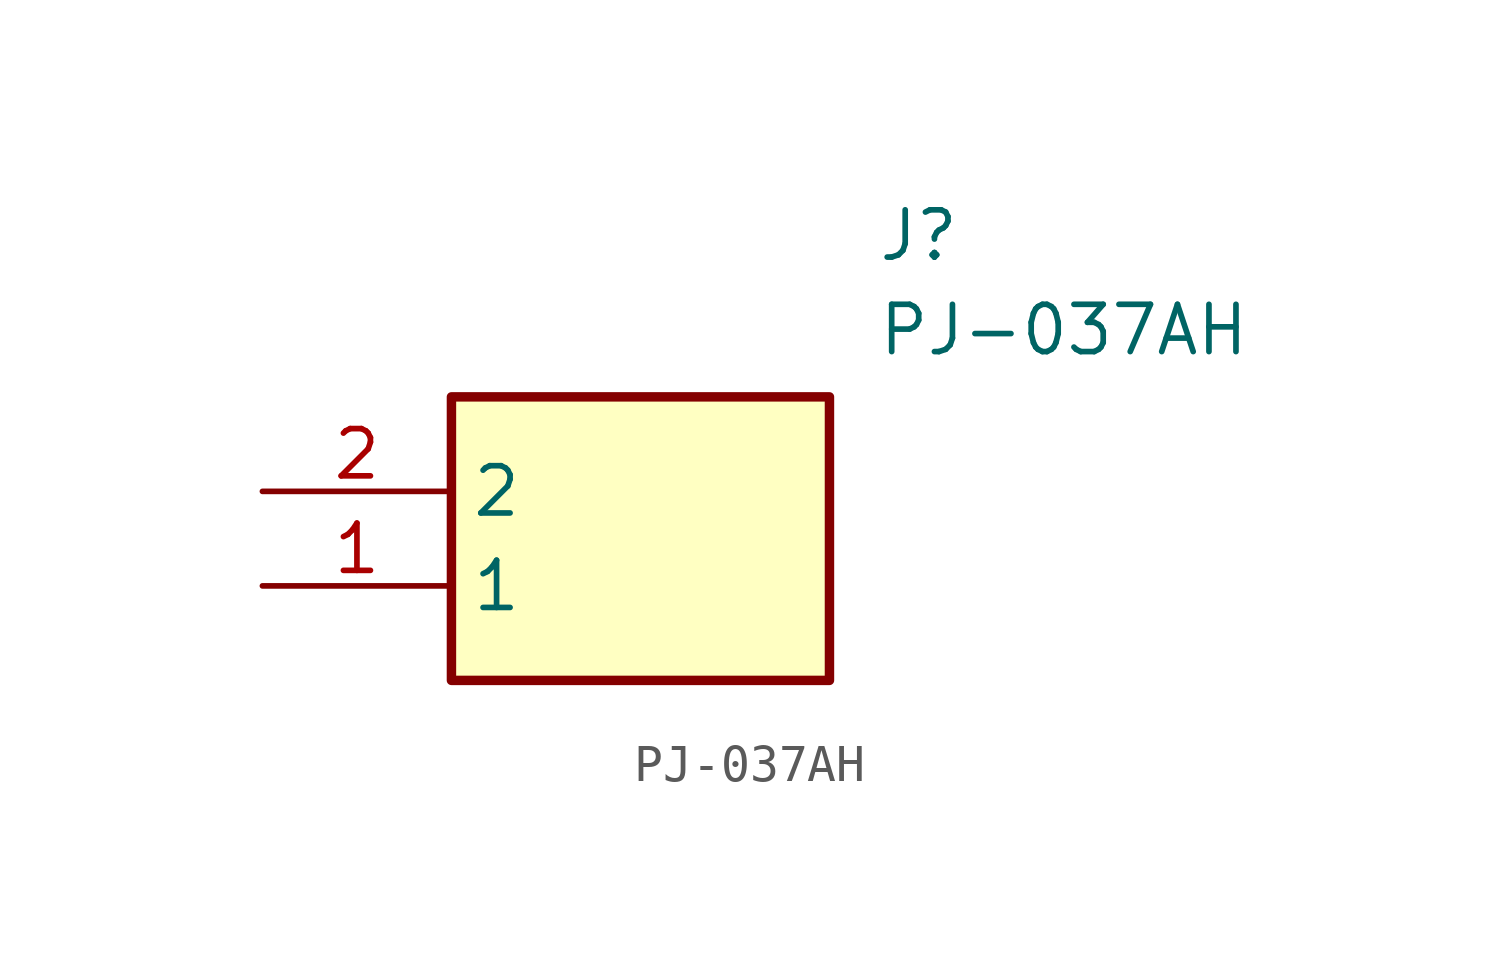
<source format=kicad_sym>
(kicad_symbol_lib
  (version 20211014)
  (generator SamacSys_ECAD_Model)
  (symbol "PJ-037AH"
    (property "Reference" "J"
      (at 16.51 7.62 0)
      (effects (font (size 1.27 1.27)) (justify left top)))
    (property "Value" "PJ-037AH"
      (at 16.51 5.08 0)
      (effects (font (size 1.27 1.27)) (justify left top)))
    (rectangle
      (start 5.08 2.54)
      (end 15.24 -5.08)
      (stroke (width 0.254) (type default))
      (fill (type background)))
    (pin passive line
      (at 0 -2.54 0)
      (length 5.08)
      (name "1" (effects (font (size 1.27 1.27))))
      (number "1" (effects (font (size 1.27 1.27)))))
    (pin passive line
      (at 0 0 0)
      (length 5.08)
      (name "2" (effects (font (size 1.27 1.27))))
      (number "2" (effects (font (size 1.27 1.27)))))))
</source>
